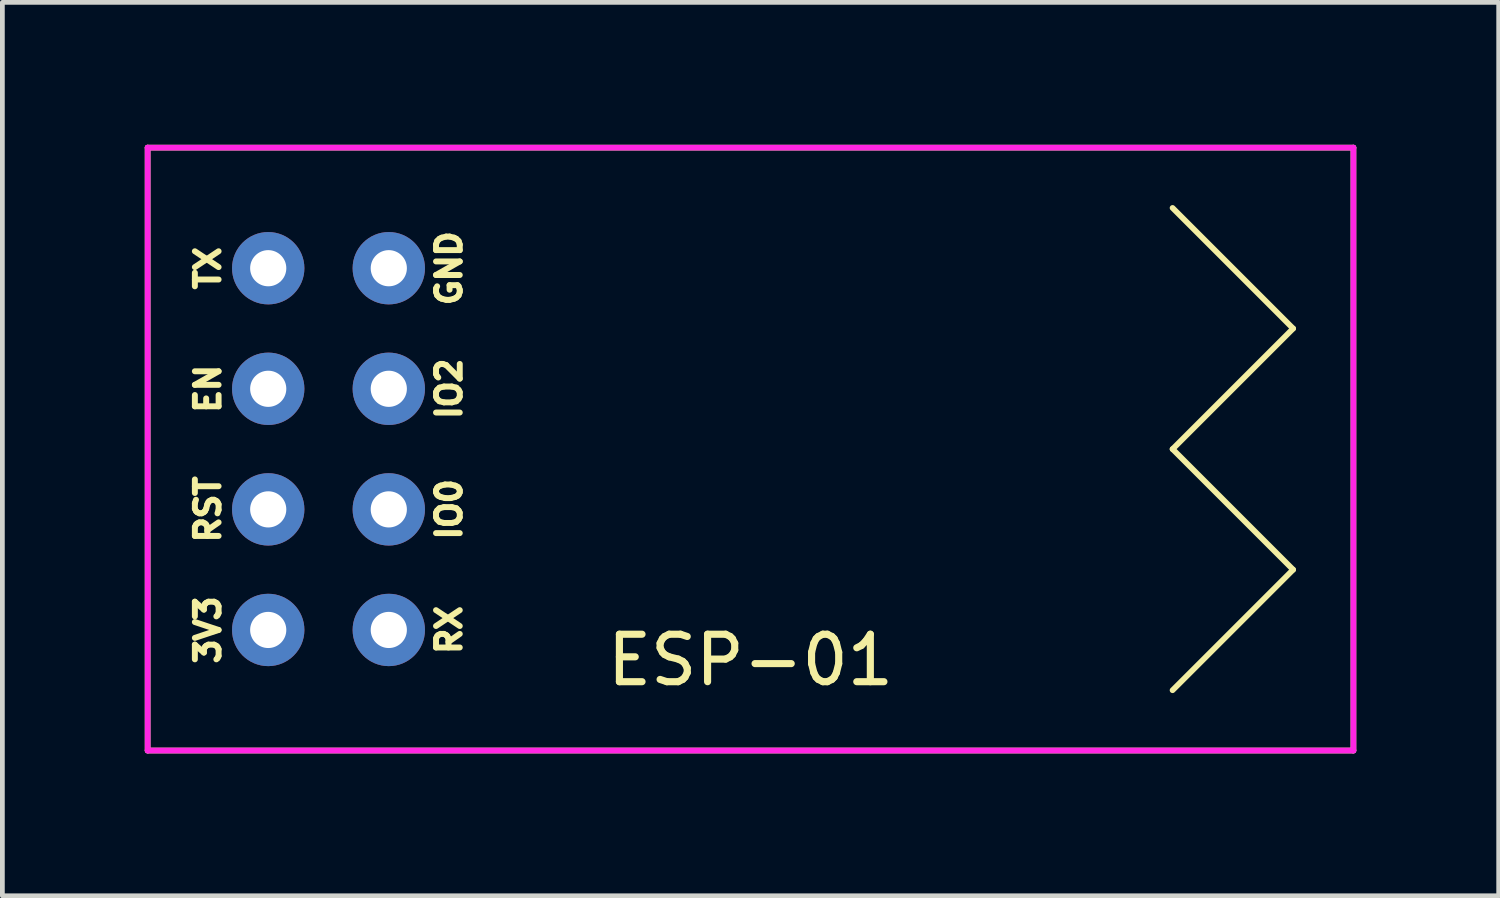
<source format=kicad_pcb>
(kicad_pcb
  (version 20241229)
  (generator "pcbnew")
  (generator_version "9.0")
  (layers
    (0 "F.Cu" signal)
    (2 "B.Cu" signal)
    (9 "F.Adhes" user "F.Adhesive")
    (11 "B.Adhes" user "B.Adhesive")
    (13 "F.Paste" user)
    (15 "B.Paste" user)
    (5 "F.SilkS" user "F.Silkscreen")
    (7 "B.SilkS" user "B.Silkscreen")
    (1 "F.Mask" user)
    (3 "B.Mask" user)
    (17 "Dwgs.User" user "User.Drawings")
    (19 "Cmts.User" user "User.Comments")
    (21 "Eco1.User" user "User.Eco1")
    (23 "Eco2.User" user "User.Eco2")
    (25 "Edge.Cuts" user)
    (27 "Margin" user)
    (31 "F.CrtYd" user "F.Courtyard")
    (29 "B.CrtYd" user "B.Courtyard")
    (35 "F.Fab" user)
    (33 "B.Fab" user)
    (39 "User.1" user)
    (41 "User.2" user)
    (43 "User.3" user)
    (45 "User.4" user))
  (footprint "ESP-01"
    (layer "F.Cu")
    (at 12.76 6.41)
    (property "Reference" "ESP-01" (at 0 4.445 0) (layer "F.SilkS") (effects (font (size 1 1) (thickness 0.15))))
    (attr through_hole)
    (fp_line (start -12.7 -6.35) (end 12.7 -6.35) (stroke (width 0.12) (type solid)) (layer "F.SilkS"))
    (fp_line (start -12.7 6.35) (end -12.7 -6.35) (stroke (width 0.12) (type solid)) (layer "F.SilkS"))
    (fp_line (start 8.89 -5.08) (end 11.43 -2.54) (stroke (width 0.12) (type solid)) (layer "F.SilkS"))
    (fp_line (start 8.89 0) (end 11.43 2.54) (stroke (width 0.12) (type solid)) (layer "F.SilkS"))
    (fp_line (start 11.43 -2.54) (end 8.89 0) (stroke (width 0.12) (type solid)) (layer "F.SilkS"))
    (fp_line (start 11.43 2.54) (end 8.89 5.08) (stroke (width 0.12) (type solid)) (layer "F.SilkS"))
    (fp_line (start 12.7 -6.35) (end 12.7 6.35) (stroke (width 0.12) (type solid)) (layer "F.SilkS"))
    (fp_line (start 12.7 6.35) (end -12.7 6.35) (stroke (width 0.12) (type solid)) (layer "F.SilkS"))
    (fp_line (start -12.7 -6.35) (end 12.7 -6.35) (stroke (width 0.12) (type solid)) (layer "F.CrtYd"))
    (fp_line (start -12.7 6.35) (end -12.7 -6.35) (stroke (width 0.12) (type solid)) (layer "F.CrtYd"))
    (fp_line (start 12.7 -6.35) (end 12.7 6.35) (stroke (width 0.12) (type solid)) (layer "F.CrtYd"))
    (fp_line (start 12.7 6.35) (end -12.7 6.35) (stroke (width 0.12) (type solid)) (layer "F.CrtYd"))
    (fp_text user "IO2" (at -6.35 -1.27 90) (layer "F.SilkS") (effects (font (size 0.5 0.5) (thickness 0.125))))
    (fp_text user "GND" (at -6.35 -3.81 90) (layer "F.SilkS") (effects (font (size 0.5 0.5) (thickness 0.125))))
    (fp_text user "3V3" (at -11.43 3.81 90) (layer "F.SilkS") (effects (font (size 0.5 0.5) (thickness 0.125))))
    (fp_text user "IO0" (at -6.35 1.27 90) (layer "F.SilkS") (effects (font (size 0.5 0.5) (thickness 0.125))))
    (fp_text user "EN" (at -11.43 -1.27 90) (layer "F.SilkS") (effects (font (size 0.5 0.5) (thickness 0.125))))
    (fp_text user "TX" (at -11.43 -3.81 90) (layer "F.SilkS") (effects (font (size 0.5 0.5) (thickness 0.125))))
    (fp_text user "RST" (at -11.43 1.27 90) (layer "F.SilkS") (effects (font (size 0.5 0.5) (thickness 0.125))))
    (fp_text user "RX" (at -6.35 3.81 90) (layer "F.SilkS") (effects (font (size 0.5 0.5) (thickness 0.125))))
    (pad "0" thru_hole circle (at -10.16 -3.81) (size 1.524 1.524) (drill 0.762) (layers "*.Cu" "*.Mask"))
    (pad "1" thru_hole circle (at -10.16 -1.27) (size 1.524 1.524) (drill 0.762) (layers "*.Cu" "*.Mask"))
    (pad "2" thru_hole circle (at -10.16 1.27) (size 1.524 1.524) (drill 0.762) (layers "*.Cu" "*.Mask"))
    (pad "3" thru_hole circle (at -10.16 3.81) (size 1.524 1.524) (drill 0.762) (layers "*.Cu" "*.Mask"))
    (pad "4" thru_hole circle (at -7.62 3.81) (size 1.524 1.524) (drill 0.762) (layers "*.Cu" "*.Mask"))
    (pad "5" thru_hole circle (at -7.62 1.27) (size 1.524 1.524) (drill 0.762) (layers "*.Cu" "*.Mask"))
    (pad "6" thru_hole circle (at -7.62 -1.27) (size 1.524 1.524) (drill 0.762) (layers "*.Cu" "*.Mask"))
    (pad "7" thru_hole circle (at -7.62 -3.81) (size 1.524 1.524) (drill 0.762) (layers "*.Cu" "*.Mask")))
  (gr_rect
    (start -3 -3)
    (end 28.52 15.82)
    (stroke (width 0.1) (type default))
    (fill no)
    (layer "Edge.Cuts")))
</source>
